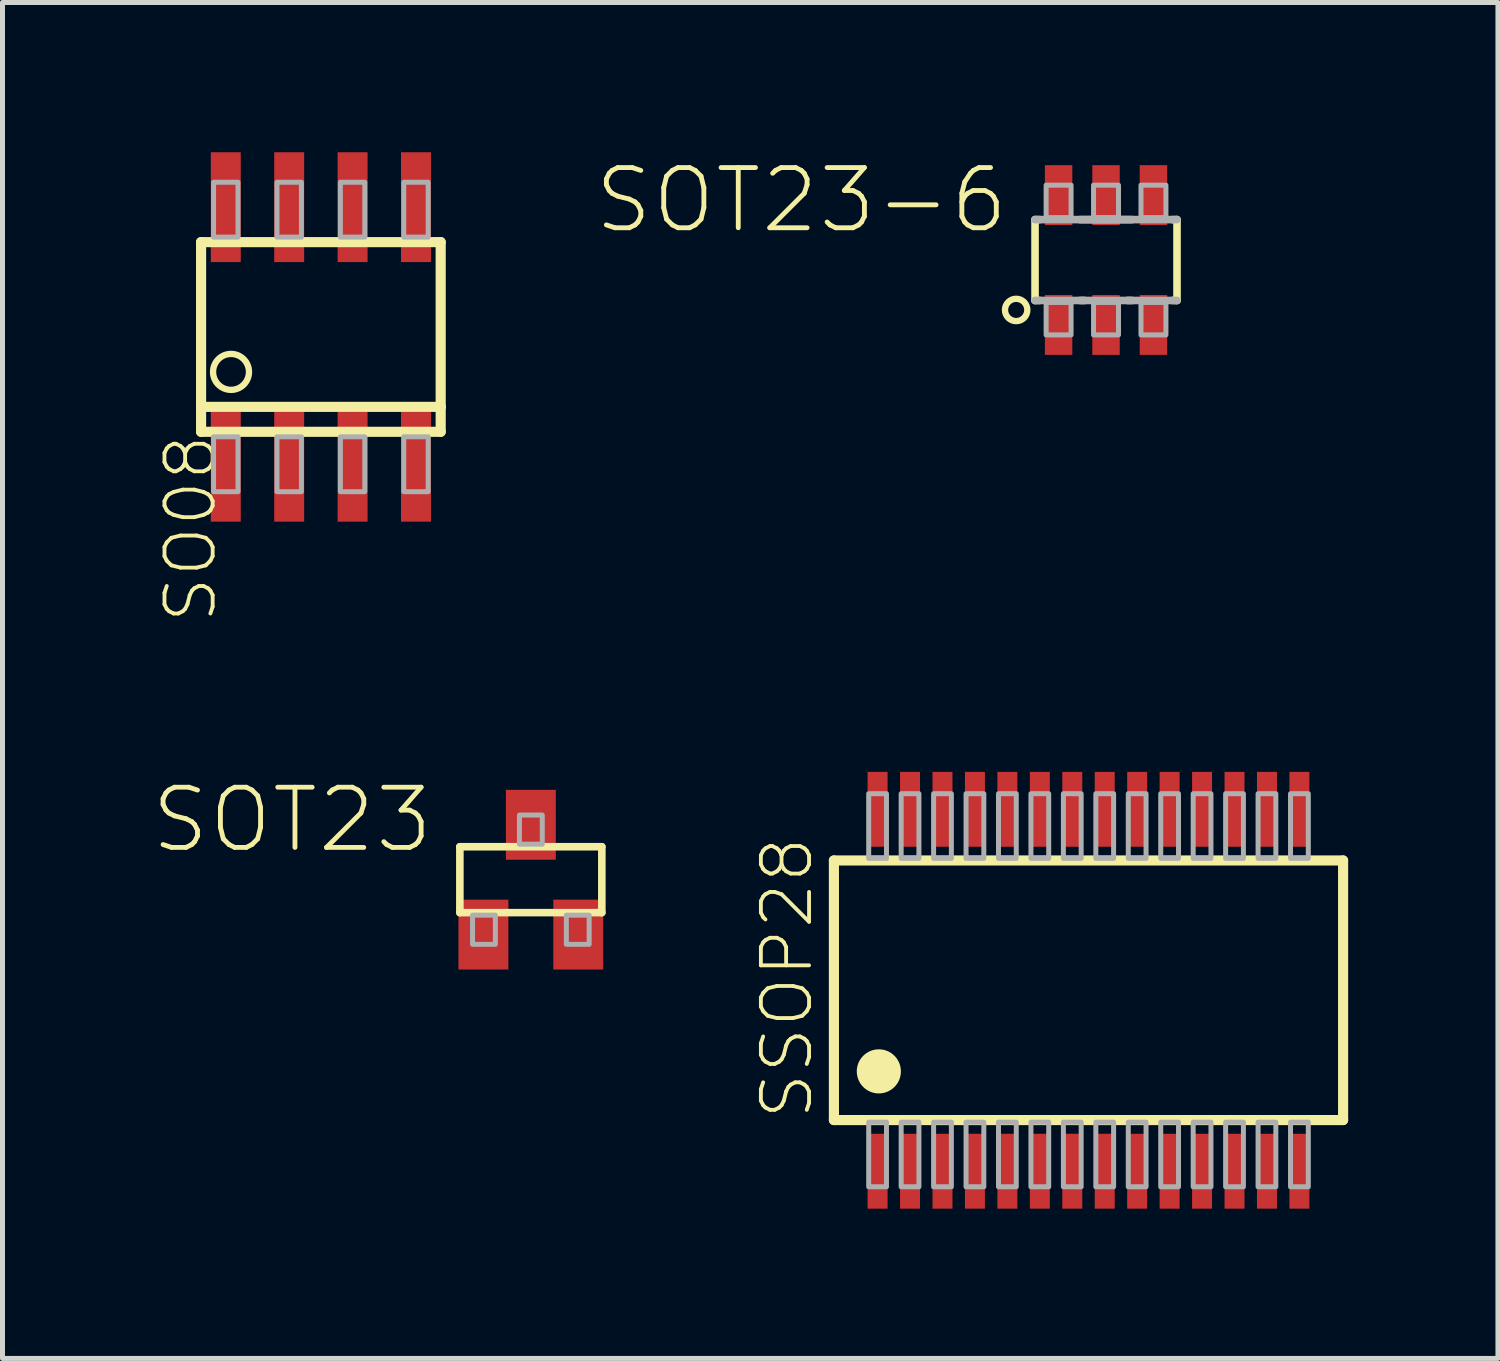
<source format=kicad_pcb>
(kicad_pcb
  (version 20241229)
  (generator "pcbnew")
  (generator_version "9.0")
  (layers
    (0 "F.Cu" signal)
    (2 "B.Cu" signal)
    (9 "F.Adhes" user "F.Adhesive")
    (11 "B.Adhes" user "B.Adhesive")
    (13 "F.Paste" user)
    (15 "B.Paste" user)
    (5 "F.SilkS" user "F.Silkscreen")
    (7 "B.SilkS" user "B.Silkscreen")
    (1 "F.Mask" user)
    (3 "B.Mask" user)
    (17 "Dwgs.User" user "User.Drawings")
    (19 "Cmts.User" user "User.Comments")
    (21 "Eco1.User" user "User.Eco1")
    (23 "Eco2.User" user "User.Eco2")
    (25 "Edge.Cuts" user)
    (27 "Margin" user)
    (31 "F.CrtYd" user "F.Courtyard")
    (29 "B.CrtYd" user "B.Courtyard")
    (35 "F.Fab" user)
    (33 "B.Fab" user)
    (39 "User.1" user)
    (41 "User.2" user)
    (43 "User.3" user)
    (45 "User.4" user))
  (footprint "SOT23-6"
    (layer "F.Cu")
    (at 19.106 2.159)
    (property "Reference" "SOT23-6" (at -1.905 -1.905 180) (layer "F.SilkS") (effects (font (size 1.206 1.206) (thickness 0.097)) (justify right top)))
    (attr through_hole)
    (fp_line (start -1.422 -0.81) (end -1.328 -0.81) (stroke (width 0.152) (type solid)) (layer "F.SilkS"))
    (fp_line (start -1.422 0.81) (end -1.422 -0.81) (stroke (width 0.152) (type solid)) (layer "F.SilkS"))
    (fp_line (start -1.328 0.81) (end -1.422 0.81) (stroke (width 0.152) (type solid)) (layer "F.SilkS"))
    (fp_line (start -0.522 -0.81) (end 0.522 -0.81) (stroke (width 0.152) (type solid)) (layer "F.SilkS"))
    (fp_line (start -0.428 0.81) (end -0.522 0.81) (stroke (width 0.152) (type solid)) (layer "F.SilkS"))
    (fp_line (start 0.522 0.81) (end 0.428 0.81) (stroke (width 0.152) (type solid)) (layer "F.SilkS"))
    (fp_line (start 1.328 -0.81) (end 1.422 -0.81) (stroke (width 0.152) (type solid)) (layer "F.SilkS"))
    (fp_line (start 1.422 -0.81) (end 1.422 0.81) (stroke (width 0.152) (type solid)) (layer "F.SilkS"))
    (fp_line (start 1.422 0.81) (end 1.328 0.81) (stroke (width 0.152) (type solid)) (layer "F.SilkS"))
    (fp_circle (center -1.8 1) (end -1.576 1) (stroke (width 0.127) (type solid)) (fill no) (layer "F.SilkS"))
    (fp_line (start -1.422 -0.81) (end 1.422 -0.81) (stroke (width 0.152) (type solid)) (layer "F.Fab"))
    (fp_line (start 1.422 0.81) (end -1.422 0.81) (stroke (width 0.152) (type solid)) (layer "F.Fab"))
    (fp_poly (pts (xy -1.2 -0.85) (xy -0.7 -0.85) (xy -0.7 -1.5) (xy -1.2 -1.5)) (stroke (width 0.1) (type solid)) (fill no) (layer "F.Fab"))
    (fp_poly (pts (xy -1.2 1.5) (xy -0.7 1.5) (xy -0.7 0.85) (xy -1.2 0.85)) (stroke (width 0.1) (type solid)) (fill no) (layer "F.Fab"))
    (fp_poly (pts (xy -0.25 -0.85) (xy 0.25 -0.85) (xy 0.25 -1.5) (xy -0.25 -1.5)) (stroke (width 0.1) (type solid)) (fill no) (layer "F.Fab"))
    (fp_poly (pts (xy -0.25 1.5) (xy 0.25 1.5) (xy 0.25 0.85) (xy -0.25 0.85)) (stroke (width 0.1) (type solid)) (fill no) (layer "F.Fab"))
    (fp_poly (pts (xy 0.7 -0.85) (xy 1.2 -0.85) (xy 1.2 -1.5) (xy 0.7 -1.5)) (stroke (width 0.1) (type solid)) (fill no) (layer "F.Fab"))
    (fp_poly (pts (xy 0.7 1.5) (xy 1.2 1.5) (xy 1.2 0.85) (xy 0.7 0.85)) (stroke (width 0.1) (type solid)) (fill no) (layer "F.Fab"))
    (pad "1" smd rect (at -0.95 1.3) (size 0.55 1.2) (layers "F.Cu" "F.Mask" "F.Paste"))
    (pad "2" smd rect (at 0 1.3) (size 0.55 1.2) (layers "F.Cu" "F.Mask" "F.Paste"))
    (pad "3" smd rect (at 0.95 1.3) (size 0.55 1.2) (layers "F.Cu" "F.Mask" "F.Paste"))
    (pad "4" smd rect (at 0.95 -1.3) (size 0.55 1.2) (layers "F.Cu" "F.Mask" "F.Paste"))
    (pad "5" smd rect (at 0 -1.3) (size 0.55 1.2) (layers "F.Cu" "F.Mask" "F.Paste"))
    (pad "6" smd rect (at -0.95 -1.3) (size 0.55 1.2) (layers "F.Cu" "F.Mask" "F.Paste")))
  (footprint "SOT23"
    (layer "F.Cu")
    (at 7.584 14.572)
    (property "Reference" "SOT23" (at -1.905 -1.905 180) (layer "F.SilkS") (effects (font (size 1.206 1.206) (thickness 0.097)) (justify right top)))
    (attr through_hole)
    (fp_line (start -1.422 -0.66) (end 1.422 -0.66) (stroke (width 0.152) (type solid)) (layer "F.SilkS"))
    (fp_line (start -1.422 0.66) (end -1.422 -0.66) (stroke (width 0.152) (type solid)) (layer "F.SilkS"))
    (fp_line (start 1.422 -0.66) (end 1.422 0.66) (stroke (width 0.152) (type solid)) (layer "F.SilkS"))
    (fp_line (start 1.422 0.66) (end -1.422 0.66) (stroke (width 0.152) (type solid)) (layer "F.SilkS"))
    (fp_poly (pts (xy -1.168 1.295) (xy -0.711 1.295) (xy -0.711 0.711) (xy -1.168 0.711)) (stroke (width 0.1) (type solid)) (fill no) (layer "F.Fab"))
    (fp_poly (pts (xy -0.229 -0.711) (xy 0.229 -0.711) (xy 0.229 -1.295) (xy -0.229 -1.295)) (stroke (width 0.1) (type solid)) (fill no) (layer "F.Fab"))
    (fp_poly (pts (xy 0.711 1.295) (xy 1.168 1.295) (xy 1.168 0.711) (xy 0.711 0.711)) (stroke (width 0.1) (type solid)) (fill no) (layer "F.Fab"))
    (pad "1" smd rect (at -0.95 1.1) (size 1 1.4) (layers "F.Cu" "F.Mask" "F.Paste"))
    (pad "2" smd rect (at 0.95 1.1) (size 1 1.4) (layers "F.Cu" "F.Mask" "F.Paste"))
    (pad "3" smd rect (at 0 -1.1) (size 1 1.4) (layers "F.Cu" "F.Mask" "F.Paste")))
  (footprint "SSOP28"
    (layer "F.Cu")
    (at 18.755 16.787)
    (property "Reference" "SSOP28" (at -5.476 2.63 90) (layer "F.SilkS") (effects (font (size 0.965 0.965) (thickness 0.077)) (justify left bottom)))
    (attr through_hole)
    (fp_line (start -5.1 -2.6) (end -5.1 2.6) (stroke (width 0.203) (type solid)) (layer "F.SilkS"))
    (fp_line (start -5.1 2.6) (end 5.1 2.6) (stroke (width 0.203) (type solid)) (layer "F.SilkS"))
    (fp_line (start 5.1 -2.6) (end -5.1 -2.6) (stroke (width 0.203) (type solid)) (layer "F.SilkS"))
    (fp_line (start 5.1 2.6) (end 5.1 -2.6) (stroke (width 0.203) (type solid)) (layer "F.SilkS"))
    (fp_circle (center -4.2 1.625) (end -3.758 1.625) (stroke (width 0) (type solid)) (fill yes) (layer "F.SilkS"))
    (fp_poly (pts (xy -4.403 -2.642) (xy -4.047 -2.642) (xy -4.047 -3.937) (xy -4.403 -3.937)) (stroke (width 0.1) (type solid)) (fill no) (layer "F.Fab"))
    (fp_poly (pts (xy -4.403 3.937) (xy -4.047 3.937) (xy -4.047 2.642) (xy -4.403 2.642)) (stroke (width 0.1) (type solid)) (fill no) (layer "F.Fab"))
    (fp_poly (pts (xy -3.753 -2.642) (xy -3.397 -2.642) (xy -3.397 -3.937) (xy -3.753 -3.937)) (stroke (width 0.1) (type solid)) (fill no) (layer "F.Fab"))
    (fp_poly (pts (xy -3.753 3.937) (xy -3.397 3.937) (xy -3.397 2.642) (xy -3.753 2.642)) (stroke (width 0.1) (type solid)) (fill no) (layer "F.Fab"))
    (fp_poly (pts (xy -3.103 -2.642) (xy -2.747 -2.642) (xy -2.747 -3.937) (xy -3.103 -3.937)) (stroke (width 0.1) (type solid)) (fill no) (layer "F.Fab"))
    (fp_poly (pts (xy -3.103 3.937) (xy -2.747 3.937) (xy -2.747 2.642) (xy -3.103 2.642)) (stroke (width 0.1) (type solid)) (fill no) (layer "F.Fab"))
    (fp_poly (pts (xy -2.453 -2.642) (xy -2.097 -2.642) (xy -2.097 -3.937) (xy -2.453 -3.937)) (stroke (width 0.1) (type solid)) (fill no) (layer "F.Fab"))
    (fp_poly (pts (xy -2.453 3.937) (xy -2.097 3.937) (xy -2.097 2.642) (xy -2.453 2.642)) (stroke (width 0.1) (type solid)) (fill no) (layer "F.Fab"))
    (fp_poly (pts (xy -1.803 -2.642) (xy -1.447 -2.642) (xy -1.447 -3.937) (xy -1.803 -3.937)) (stroke (width 0.1) (type solid)) (fill no) (layer "F.Fab"))
    (fp_poly (pts (xy -1.803 3.937) (xy -1.447 3.937) (xy -1.447 2.642) (xy -1.803 2.642)) (stroke (width 0.1) (type solid)) (fill no) (layer "F.Fab"))
    (fp_poly (pts (xy -1.153 -2.642) (xy -0.797 -2.642) (xy -0.797 -3.937) (xy -1.153 -3.937)) (stroke (width 0.1) (type solid)) (fill no) (layer "F.Fab"))
    (fp_poly (pts (xy -1.153 3.937) (xy -0.797 3.937) (xy -0.797 2.642) (xy -1.153 2.642)) (stroke (width 0.1) (type solid)) (fill no) (layer "F.Fab"))
    (fp_poly (pts (xy -0.503 -2.642) (xy -0.147 -2.642) (xy -0.147 -3.937) (xy -0.503 -3.937)) (stroke (width 0.1) (type solid)) (fill no) (layer "F.Fab"))
    (fp_poly (pts (xy -0.503 3.937) (xy -0.147 3.937) (xy -0.147 2.642) (xy -0.503 2.642)) (stroke (width 0.1) (type solid)) (fill no) (layer "F.Fab"))
    (fp_poly (pts (xy 0.147 -2.642) (xy 0.503 -2.642) (xy 0.503 -3.937) (xy 0.147 -3.937)) (stroke (width 0.1) (type solid)) (fill no) (layer "F.Fab"))
    (fp_poly (pts (xy 0.147 3.937) (xy 0.503 3.937) (xy 0.503 2.642) (xy 0.147 2.642)) (stroke (width 0.1) (type solid)) (fill no) (layer "F.Fab"))
    (fp_poly (pts (xy 0.797 -2.642) (xy 1.153 -2.642) (xy 1.153 -3.937) (xy 0.797 -3.937)) (stroke (width 0.1) (type solid)) (fill no) (layer "F.Fab"))
    (fp_poly (pts (xy 0.797 3.937) (xy 1.153 3.937) (xy 1.153 2.642) (xy 0.797 2.642)) (stroke (width 0.1) (type solid)) (fill no) (layer "F.Fab"))
    (fp_poly (pts (xy 1.447 -2.642) (xy 1.803 -2.642) (xy 1.803 -3.937) (xy 1.447 -3.937)) (stroke (width 0.1) (type solid)) (fill no) (layer "F.Fab"))
    (fp_poly (pts (xy 1.447 3.937) (xy 1.803 3.937) (xy 1.803 2.642) (xy 1.447 2.642)) (stroke (width 0.1) (type solid)) (fill no) (layer "F.Fab"))
    (fp_poly (pts (xy 2.097 -2.642) (xy 2.453 -2.642) (xy 2.453 -3.937) (xy 2.097 -3.937)) (stroke (width 0.1) (type solid)) (fill no) (layer "F.Fab"))
    (fp_poly (pts (xy 2.097 3.937) (xy 2.453 3.937) (xy 2.453 2.642) (xy 2.097 2.642)) (stroke (width 0.1) (type solid)) (fill no) (layer "F.Fab"))
    (fp_poly (pts (xy 2.747 -2.642) (xy 3.103 -2.642) (xy 3.103 -3.937) (xy 2.747 -3.937)) (stroke (width 0.1) (type solid)) (fill no) (layer "F.Fab"))
    (fp_poly (pts (xy 2.747 3.937) (xy 3.103 3.937) (xy 3.103 2.642) (xy 2.747 2.642)) (stroke (width 0.1) (type solid)) (fill no) (layer "F.Fab"))
    (fp_poly (pts (xy 3.397 -2.642) (xy 3.753 -2.642) (xy 3.753 -3.937) (xy 3.397 -3.937)) (stroke (width 0.1) (type solid)) (fill no) (layer "F.Fab"))
    (fp_poly (pts (xy 3.397 3.937) (xy 3.753 3.937) (xy 3.753 2.642) (xy 3.397 2.642)) (stroke (width 0.1) (type solid)) (fill no) (layer "F.Fab"))
    (fp_poly (pts (xy 4.047 -2.642) (xy 4.403 -2.642) (xy 4.403 -3.937) (xy 4.047 -3.937)) (stroke (width 0.1) (type solid)) (fill no) (layer "F.Fab"))
    (fp_poly (pts (xy 4.047 3.937) (xy 4.403 3.937) (xy 4.403 2.642) (xy 4.047 2.642)) (stroke (width 0.1) (type solid)) (fill no) (layer "F.Fab"))
    (pad "1" smd rect (at -4.225 3.625) (size 0.4 1.5) (layers "F.Cu" "F.Mask" "F.Paste"))
    (pad "2" smd rect (at -3.575 3.625) (size 0.4 1.5) (layers "F.Cu" "F.Mask" "F.Paste"))
    (pad "3" smd rect (at -2.925 3.625) (size 0.4 1.5) (layers "F.Cu" "F.Mask" "F.Paste"))
    (pad "4" smd rect (at -2.275 3.625) (size 0.4 1.5) (layers "F.Cu" "F.Mask" "F.Paste"))
    (pad "5" smd rect (at -1.625 3.625) (size 0.4 1.5) (layers "F.Cu" "F.Mask" "F.Paste"))
    (pad "6" smd rect (at -0.975 3.625) (size 0.4 1.5) (layers "F.Cu" "F.Mask" "F.Paste"))
    (pad "7" smd rect (at -0.325 3.625) (size 0.4 1.5) (layers "F.Cu" "F.Mask" "F.Paste"))
    (pad "8" smd rect (at 0.325 3.625) (size 0.4 1.5) (layers "F.Cu" "F.Mask" "F.Paste"))
    (pad "9" smd rect (at 0.975 3.625) (size 0.4 1.5) (layers "F.Cu" "F.Mask" "F.Paste"))
    (pad "10" smd rect (at 1.625 3.625) (size 0.4 1.5) (layers "F.Cu" "F.Mask" "F.Paste"))
    (pad "11" smd rect (at 2.275 3.625) (size 0.4 1.5) (layers "F.Cu" "F.Mask" "F.Paste"))
    (pad "12" smd rect (at 2.925 3.625) (size 0.4 1.5) (layers "F.Cu" "F.Mask" "F.Paste"))
    (pad "13" smd rect (at 3.575 3.625) (size 0.4 1.5) (layers "F.Cu" "F.Mask" "F.Paste"))
    (pad "14" smd rect (at 4.225 3.625) (size 0.4 1.5) (layers "F.Cu" "F.Mask" "F.Paste"))
    (pad "15" smd rect (at 4.225 -3.625) (size 0.4 1.5) (layers "F.Cu" "F.Mask" "F.Paste"))
    (pad "16" smd rect (at 3.575 -3.625) (size 0.4 1.5) (layers "F.Cu" "F.Mask" "F.Paste"))
    (pad "17" smd rect (at 2.925 -3.625) (size 0.4 1.5) (layers "F.Cu" "F.Mask" "F.Paste"))
    (pad "18" smd rect (at 2.275 -3.625) (size 0.4 1.5) (layers "F.Cu" "F.Mask" "F.Paste"))
    (pad "19" smd rect (at 1.625 -3.625) (size 0.4 1.5) (layers "F.Cu" "F.Mask" "F.Paste"))
    (pad "20" smd rect (at 0.975 -3.625) (size 0.4 1.5) (layers "F.Cu" "F.Mask" "F.Paste"))
    (pad "21" smd rect (at 0.325 -3.625) (size 0.4 1.5) (layers "F.Cu" "F.Mask" "F.Paste"))
    (pad "22" smd rect (at -0.325 -3.625) (size 0.4 1.5) (layers "F.Cu" "F.Mask" "F.Paste"))
    (pad "23" smd rect (at -0.975 -3.625) (size 0.4 1.5) (layers "F.Cu" "F.Mask" "F.Paste"))
    (pad "24" smd rect (at -1.625 -3.625) (size 0.4 1.5) (layers "F.Cu" "F.Mask" "F.Paste"))
    (pad "25" smd rect (at -2.275 -3.625) (size 0.4 1.5) (layers "F.Cu" "F.Mask" "F.Paste"))
    (pad "26" smd rect (at -2.925 -3.625) (size 0.4 1.5) (layers "F.Cu" "F.Mask" "F.Paste"))
    (pad "27" smd rect (at -3.575 -3.625) (size 0.4 1.5) (layers "F.Cu" "F.Mask" "F.Paste"))
    (pad "28" smd rect (at -4.225 -3.625) (size 0.4 1.5) (layers "F.Cu" "F.Mask" "F.Paste")))
  (footprint "SO08"
    (layer "F.Cu")
    (at 3.378 3.7)
    (property "Reference" "SO08" (at -3.175 1.905 270) (layer "F.SilkS") (effects (font (size 0.965 0.965) (thickness 0.077)) (justify right top)))
    (attr through_hole)
    (fp_line (start -2.4 -1.9) (end 2.4 -1.9) (stroke (width 0.203) (type solid)) (layer "F.SilkS"))
    (fp_line (start -2.4 1.4) (end -2.4 -1.9) (stroke (width 0.203) (type solid)) (layer "F.SilkS"))
    (fp_line (start -2.4 1.9) (end -2.4 1.4) (stroke (width 0.203) (type solid)) (layer "F.SilkS"))
    (fp_line (start 2.4 -1.9) (end 2.4 1.4) (stroke (width 0.203) (type solid)) (layer "F.SilkS"))
    (fp_line (start 2.4 1.4) (end -2.4 1.4) (stroke (width 0.203) (type solid)) (layer "F.SilkS"))
    (fp_line (start 2.4 1.4) (end 2.4 1.9) (stroke (width 0.203) (type solid)) (layer "F.SilkS"))
    (fp_line (start 2.4 1.9) (end -2.4 1.9) (stroke (width 0.203) (type solid)) (layer "F.SilkS"))
    (fp_circle (center -1.8 0.7) (end -1.44 0.7) (stroke (width 0.127) (type solid)) (fill no) (layer "F.SilkS"))
    (fp_poly (pts (xy -2.15 -2) (xy -1.66 -2) (xy -1.66 -3.1) (xy -2.15 -3.1)) (stroke (width 0.1) (type solid)) (fill no) (layer "F.Fab"))
    (fp_poly (pts (xy -2.15 3.1) (xy -1.66 3.1) (xy -1.66 2) (xy -2.15 2)) (stroke (width 0.1) (type solid)) (fill no) (layer "F.Fab"))
    (fp_poly (pts (xy -0.88 -2) (xy -0.39 -2) (xy -0.39 -3.1) (xy -0.88 -3.1)) (stroke (width 0.1) (type solid)) (fill no) (layer "F.Fab"))
    (fp_poly (pts (xy -0.88 3.1) (xy -0.39 3.1) (xy -0.39 2) (xy -0.88 2)) (stroke (width 0.1) (type solid)) (fill no) (layer "F.Fab"))
    (fp_poly (pts (xy 0.39 -2) (xy 0.88 -2) (xy 0.88 -3.1) (xy 0.39 -3.1)) (stroke (width 0.1) (type solid)) (fill no) (layer "F.Fab"))
    (fp_poly (pts (xy 0.39 3.1) (xy 0.88 3.1) (xy 0.88 2) (xy 0.39 2)) (stroke (width 0.1) (type solid)) (fill no) (layer "F.Fab"))
    (fp_poly (pts (xy 1.66 -2) (xy 2.15 -2) (xy 2.15 -3.1) (xy 1.66 -3.1)) (stroke (width 0.1) (type solid)) (fill no) (layer "F.Fab"))
    (fp_poly (pts (xy 1.66 3.1) (xy 2.15 3.1) (xy 2.15 2) (xy 1.66 2)) (stroke (width 0.1) (type solid)) (fill no) (layer "F.Fab"))
    (pad "1" smd rect (at -1.905 2.6) (size 0.6 2.2) (layers "F.Cu" "F.Mask" "F.Paste"))
    (pad "2" smd rect (at -0.635 2.6) (size 0.6 2.2) (layers "F.Cu" "F.Mask" "F.Paste"))
    (pad "3" smd rect (at 0.635 2.6) (size 0.6 2.2) (layers "F.Cu" "F.Mask" "F.Paste"))
    (pad "4" smd rect (at 1.905 2.6) (size 0.6 2.2) (layers "F.Cu" "F.Mask" "F.Paste"))
    (pad "5" smd rect (at 1.905 -2.6) (size 0.6 2.2) (layers "F.Cu" "F.Mask" "F.Paste"))
    (pad "6" smd rect (at 0.635 -2.6) (size 0.6 2.2) (layers "F.Cu" "F.Mask" "F.Paste"))
    (pad "7" smd rect (at -0.635 -2.6) (size 0.6 2.2) (layers "F.Cu" "F.Mask" "F.Paste"))
    (pad "8" smd rect (at -1.905 -2.6) (size 0.6 2.2) (layers "F.Cu" "F.Mask" "F.Paste")))
  (gr_rect
    (start -3 -3)
    (end 26.957 24.162)
    (stroke (width 0.1) (type default))
    (fill no)
    (layer "Edge.Cuts")))
</source>
